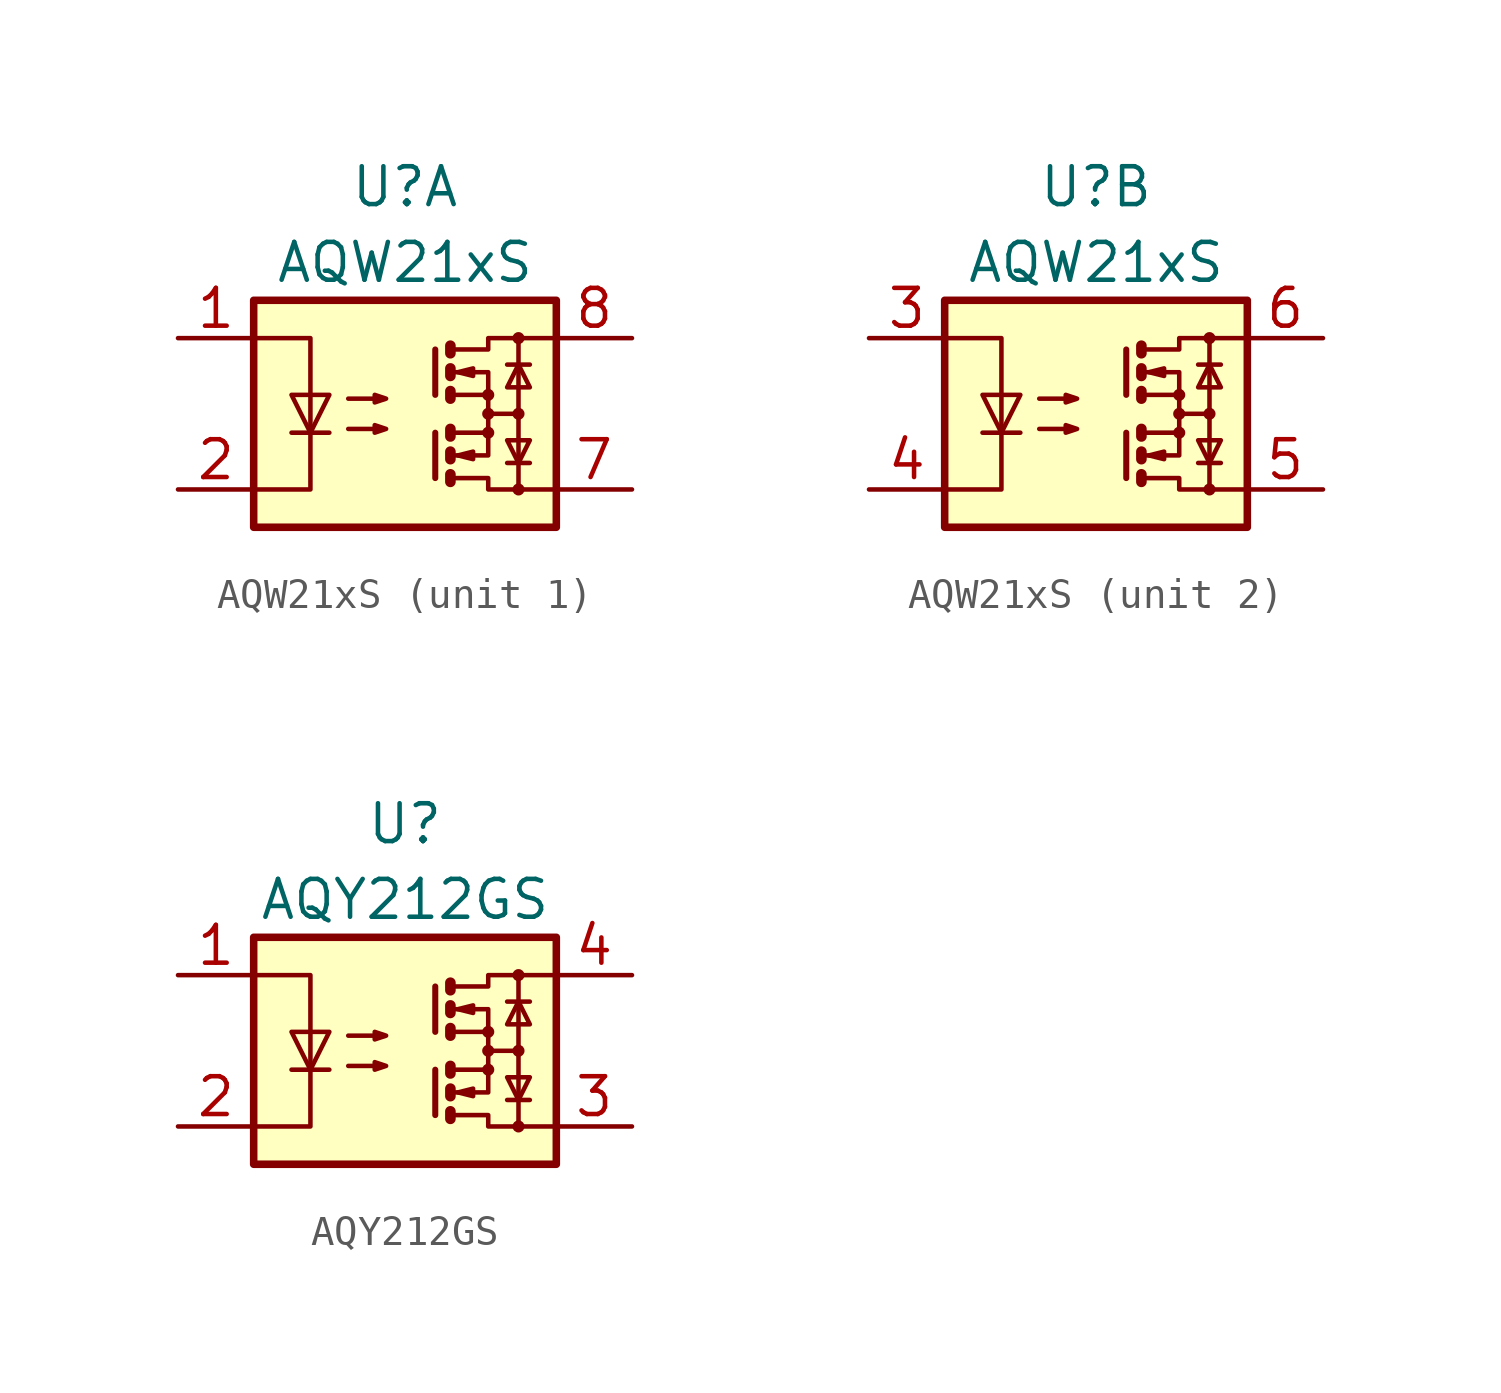
<source format=kicad_sym>
(kicad_symbol_lib
  (version 20211014)
  (generator kicad_symbol_editor)
  (symbol "AQW21xS"
    (pin_names
      (offset 1.016))
    (property "Reference" "U"
      (at 0 7.62 0)
      (effects (font (size 1.27 1.27))))
    (property "Value" "AQW21xS"
      (at 0 5.08 0)
      (effects (font (size 1.27 1.27))))
    (symbol "AQW21xS_1_1"
      (rectangle (start -5.08 3.81) (end 5.08 -3.81) (stroke (width 0.254) (type default) (color 0 0 0 0)) (fill (type background)))
      (polyline (pts (xy -3.81 -0.635) (xy -2.54 -0.635)) (stroke (width 0) (type default) (color 0 0 0 0)) (fill (type none)))
      (polyline (pts (xy 1.016 -0.635) (xy 1.016 -2.159)) (stroke (width 0.203) (type default) (color 0 0 0 0)) (fill (type none)))
      (polyline (pts (xy 1.016 2.159) (xy 1.016 0.635)) (stroke (width 0.203) (type default) (color 0 0 0 0)) (fill (type none)))
      (polyline (pts (xy 1.524 -0.508) (xy 1.524 -0.762)) (stroke (width 0.356) (type default) (color 0 0 0 0)) (fill (type none)))
      (polyline (pts (xy 2.794 0) (xy 3.81 0)) (stroke (width 0) (type default) (color 0 0 0 0)) (fill (type none)))
      (polyline (pts (xy 3.429 -1.651) (xy 4.191 -1.651)) (stroke (width 0) (type default) (color 0 0 0 0)) (fill (type none)))
      (polyline (pts (xy 3.429 1.651) (xy 4.191 1.651)) (stroke (width 0) (type default) (color 0 0 0 0)) (fill (type none)))
      (polyline (pts (xy 3.81 -2.54) (xy 3.81 2.54)) (stroke (width 0) (type default) (color 0 0 0 0)) (fill (type none)))
      (polyline (pts (xy 1.524 -2.032) (xy 1.524 -2.286) (xy 1.524 -2.286)) (stroke (width 0.356) (type default) (color 0 0 0 0)) (fill (type none)))
      (polyline (pts (xy 1.524 -1.27) (xy 1.524 -1.524) (xy 1.524 -1.524)) (stroke (width 0.356) (type default) (color 0 0 0 0)) (fill (type none)))
      (polyline (pts (xy 1.524 0.762) (xy 1.524 0.508) (xy 1.524 0.508)) (stroke (width 0.356) (type default) (color 0 0 0 0)) (fill (type none)))
      (polyline (pts (xy 1.524 1.524) (xy 1.524 1.27) (xy 1.524 1.27)) (stroke (width 0.356) (type default) (color 0 0 0 0)) (fill (type none)))
      (polyline (pts (xy 1.524 2.286) (xy 1.524 2.032) (xy 1.524 2.032)) (stroke (width 0.356) (type default) (color 0 0 0 0)) (fill (type none)))
      (polyline (pts (xy 1.651 -1.397) (xy 2.794 -1.397) (xy 2.794 -0.635)) (stroke (width 0) (type default) (color 0 0 0 0)) (fill (type none)))
      (polyline (pts (xy 1.651 1.397) (xy 2.794 1.397) (xy 2.794 0.635)) (stroke (width 0) (type default) (color 0 0 0 0)) (fill (type none)))
      (polyline (pts (xy -5.08 2.54) (xy -3.175 2.54) (xy -3.175 -2.54) (xy -5.08 -2.54)) (stroke (width 0) (type default) (color 0 0 0 0)) (fill (type none)))
      (polyline (pts (xy -3.175 -0.635) (xy -3.81 0.635) (xy -2.54 0.635) (xy -3.175 -0.635)) (stroke (width 0) (type default) (color 0 0 0 0)) (fill (type none)))
      (polyline (pts (xy 1.651 -2.159) (xy 2.794 -2.159) (xy 2.794 -2.54) (xy 5.08 -2.54)) (stroke (width 0) (type default) (color 0 0 0 0)) (fill (type none)))
      (polyline (pts (xy 1.651 -0.635) (xy 2.794 -0.635) (xy 2.794 0.635) (xy 1.651 0.635)) (stroke (width 0) (type default) (color 0 0 0 0)) (fill (type none)))
      (polyline (pts (xy 1.651 2.159) (xy 2.794 2.159) (xy 2.794 2.54) (xy 5.08 2.54)) (stroke (width 0) (type default) (color 0 0 0 0)) (fill (type none)))
      (polyline (pts (xy 1.778 -1.397) (xy 2.286 -1.27) (xy 2.286 -1.524) (xy 1.778 -1.397)) (stroke (width 0) (type default) (color 0 0 0 0)) (fill (type none)))
      (polyline (pts (xy 1.778 1.397) (xy 2.286 1.524) (xy 2.286 1.27) (xy 1.778 1.397)) (stroke (width 0) (type default) (color 0 0 0 0)) (fill (type none)))
      (polyline (pts (xy 3.81 -1.651) (xy 3.429 -0.889) (xy 4.191 -0.889) (xy 3.81 -1.651)) (stroke (width 0) (type default) (color 0 0 0 0)) (fill (type none)))
      (polyline (pts (xy 3.81 1.651) (xy 3.429 0.889) (xy 4.191 0.889) (xy 3.81 1.651)) (stroke (width 0) (type default) (color 0 0 0 0)) (fill (type none)))
      (polyline (pts (xy -1.905 -0.508) (xy -0.635 -0.508) (xy -1.016 -0.635) (xy -1.016 -0.381) (xy -0.635 -0.508)) (stroke (width 0) (type default) (color 0 0 0 0)) (fill (type none)))
      (polyline (pts (xy -1.905 0.508) (xy -0.635 0.508) (xy -1.016 0.381) (xy -1.016 0.635) (xy -0.635 0.508)) (stroke (width 0) (type default) (color 0 0 0 0)) (fill (type none)))
      (circle (center 2.794 -0.635) (radius 0.127) (stroke (width 0) (type default) (color 0 0 0 0)) (fill (type none)))
      (circle (center 2.794 0) (radius 0.127) (stroke (width 0) (type default) (color 0 0 0 0)) (fill (type none)))
      (circle (center 2.794 0.635) (radius 0.127) (stroke (width 0) (type default) (color 0 0 0 0)) (fill (type none)))
      (circle (center 3.81 -2.54) (radius 0.127) (stroke (width 0) (type default) (color 0 0 0 0)) (fill (type none)))
      (circle (center 3.81 0) (radius 0.127) (stroke (width 0) (type default) (color 0 0 0 0)) (fill (type none)))
      (circle (center 3.81 2.54) (radius 0.127) (stroke (width 0) (type default) (color 0 0 0 0)) (fill (type none)))
      (pin passive line (at -7.62 2.54 0) (length 2.54) (name "~" (effects (font (size 1.27 1.27)))) (number "1" (effects (font (size 1.27 1.27)))))
      (pin passive line (at -7.62 -2.54 0) (length 2.54) (name "~" (effects (font (size 1.27 1.27)))) (number "2" (effects (font (size 1.27 1.27)))))
      (pin passive line (at 7.62 -2.54 180) (length 2.54) (name "~" (effects (font (size 1.27 1.27)))) (number "7" (effects (font (size 1.27 1.27)))))
      (pin passive line (at 7.62 2.54 180) (length 2.54) (name "~" (effects (font (size 1.27 1.27)))) (number "8" (effects (font (size 1.27 1.27))))))
    (symbol "AQW21xS_2_1"
      (rectangle (start -5.08 3.81) (end 5.08 -3.81) (stroke (width 0.254) (type default) (color 0 0 0 0)) (fill (type background)))
      (polyline (pts (xy -3.81 -0.635) (xy -2.54 -0.635)) (stroke (width 0) (type default) (color 0 0 0 0)) (fill (type none)))
      (polyline (pts (xy 1.016 -0.635) (xy 1.016 -2.159)) (stroke (width 0.203) (type default) (color 0 0 0 0)) (fill (type none)))
      (polyline (pts (xy 1.016 2.159) (xy 1.016 0.635)) (stroke (width 0.203) (type default) (color 0 0 0 0)) (fill (type none)))
      (polyline (pts (xy 1.524 -0.508) (xy 1.524 -0.762)) (stroke (width 0.356) (type default) (color 0 0 0 0)) (fill (type none)))
      (polyline (pts (xy 2.794 0) (xy 3.81 0)) (stroke (width 0) (type default) (color 0 0 0 0)) (fill (type none)))
      (polyline (pts (xy 3.429 -1.651) (xy 4.191 -1.651)) (stroke (width 0) (type default) (color 0 0 0 0)) (fill (type none)))
      (polyline (pts (xy 3.429 1.651) (xy 4.191 1.651)) (stroke (width 0) (type default) (color 0 0 0 0)) (fill (type none)))
      (polyline (pts (xy 3.81 -2.54) (xy 3.81 2.54)) (stroke (width 0) (type default) (color 0 0 0 0)) (fill (type none)))
      (polyline (pts (xy 1.524 -2.032) (xy 1.524 -2.286) (xy 1.524 -2.286)) (stroke (width 0.356) (type default) (color 0 0 0 0)) (fill (type none)))
      (polyline (pts (xy 1.524 -1.27) (xy 1.524 -1.524) (xy 1.524 -1.524)) (stroke (width 0.356) (type default) (color 0 0 0 0)) (fill (type none)))
      (polyline (pts (xy 1.524 0.762) (xy 1.524 0.508) (xy 1.524 0.508)) (stroke (width 0.356) (type default) (color 0 0 0 0)) (fill (type none)))
      (polyline (pts (xy 1.524 1.524) (xy 1.524 1.27) (xy 1.524 1.27)) (stroke (width 0.356) (type default) (color 0 0 0 0)) (fill (type none)))
      (polyline (pts (xy 1.524 2.286) (xy 1.524 2.032) (xy 1.524 2.032)) (stroke (width 0.356) (type default) (color 0 0 0 0)) (fill (type none)))
      (polyline (pts (xy 1.651 -1.397) (xy 2.794 -1.397) (xy 2.794 -0.635)) (stroke (width 0) (type default) (color 0 0 0 0)) (fill (type none)))
      (polyline (pts (xy 1.651 1.397) (xy 2.794 1.397) (xy 2.794 0.635)) (stroke (width 0) (type default) (color 0 0 0 0)) (fill (type none)))
      (polyline (pts (xy -5.08 2.54) (xy -3.175 2.54) (xy -3.175 -2.54) (xy -5.08 -2.54)) (stroke (width 0) (type default) (color 0 0 0 0)) (fill (type none)))
      (polyline (pts (xy -3.175 -0.635) (xy -3.81 0.635) (xy -2.54 0.635) (xy -3.175 -0.635)) (stroke (width 0) (type default) (color 0 0 0 0)) (fill (type none)))
      (polyline (pts (xy 1.651 -2.159) (xy 2.794 -2.159) (xy 2.794 -2.54) (xy 5.08 -2.54)) (stroke (width 0) (type default) (color 0 0 0 0)) (fill (type none)))
      (polyline (pts (xy 1.651 -0.635) (xy 2.794 -0.635) (xy 2.794 0.635) (xy 1.651 0.635)) (stroke (width 0) (type default) (color 0 0 0 0)) (fill (type none)))
      (polyline (pts (xy 1.651 2.159) (xy 2.794 2.159) (xy 2.794 2.54) (xy 5.08 2.54)) (stroke (width 0) (type default) (color 0 0 0 0)) (fill (type none)))
      (polyline (pts (xy 1.778 -1.397) (xy 2.286 -1.27) (xy 2.286 -1.524) (xy 1.778 -1.397)) (stroke (width 0) (type default) (color 0 0 0 0)) (fill (type none)))
      (polyline (pts (xy 1.778 1.397) (xy 2.286 1.524) (xy 2.286 1.27) (xy 1.778 1.397)) (stroke (width 0) (type default) (color 0 0 0 0)) (fill (type none)))
      (polyline (pts (xy 3.81 -1.651) (xy 3.429 -0.889) (xy 4.191 -0.889) (xy 3.81 -1.651)) (stroke (width 0) (type default) (color 0 0 0 0)) (fill (type none)))
      (polyline (pts (xy 3.81 1.651) (xy 3.429 0.889) (xy 4.191 0.889) (xy 3.81 1.651)) (stroke (width 0) (type default) (color 0 0 0 0)) (fill (type none)))
      (polyline (pts (xy -1.905 -0.508) (xy -0.635 -0.508) (xy -1.016 -0.635) (xy -1.016 -0.381) (xy -0.635 -0.508)) (stroke (width 0) (type default) (color 0 0 0 0)) (fill (type none)))
      (polyline (pts (xy -1.905 0.508) (xy -0.635 0.508) (xy -1.016 0.381) (xy -1.016 0.635) (xy -0.635 0.508)) (stroke (width 0) (type default) (color 0 0 0 0)) (fill (type none)))
      (circle (center 2.794 -0.635) (radius 0.127) (stroke (width 0) (type default) (color 0 0 0 0)) (fill (type none)))
      (circle (center 2.794 0) (radius 0.127) (stroke (width 0) (type default) (color 0 0 0 0)) (fill (type none)))
      (circle (center 2.794 0.635) (radius 0.127) (stroke (width 0) (type default) (color 0 0 0 0)) (fill (type none)))
      (circle (center 3.81 -2.54) (radius 0.127) (stroke (width 0) (type default) (color 0 0 0 0)) (fill (type none)))
      (circle (center 3.81 0) (radius 0.127) (stroke (width 0) (type default) (color 0 0 0 0)) (fill (type none)))
      (circle (center 3.81 2.54) (radius 0.127) (stroke (width 0) (type default) (color 0 0 0 0)) (fill (type none)))
      (pin passive line (at -7.62 2.54 0) (length 2.54) (name "~" (effects (font (size 1.27 1.27)))) (number "3" (effects (font (size 1.27 1.27)))))
      (pin passive line (at -7.62 -2.54 0) (length 2.54) (name "~" (effects (font (size 1.27 1.27)))) (number "4" (effects (font (size 1.27 1.27)))))
      (pin passive line (at 7.62 -2.54 180) (length 2.54) (name "~" (effects (font (size 1.27 1.27)))) (number "5" (effects (font (size 1.27 1.27)))))
      (pin passive line (at 7.62 2.54 180) (length 2.54) (name "~" (effects (font (size 1.27 1.27)))) (number "6" (effects (font (size 1.27 1.27)))))))
  (symbol "AQY212GS"
    (pin_names
      (offset 1.016))
    (property "Reference" "U"
      (at 0 7.62 0)
      (effects (font (size 1.27 1.27))))
    (property "Value" "AQY212GS"
      (at 0 5.08 0)
      (effects (font (size 1.27 1.27))))
    (symbol "AQY212GS_1_1"
      (rectangle (start -5.08 3.81) (end 5.08 -3.81) (stroke (width 0.254) (type default) (color 0 0 0 0)) (fill (type background)))
      (polyline (pts (xy -3.81 -0.635) (xy -2.54 -0.635)) (stroke (width 0) (type default) (color 0 0 0 0)) (fill (type none)))
      (polyline (pts (xy 1.016 -0.635) (xy 1.016 -2.159)) (stroke (width 0.203) (type default) (color 0 0 0 0)) (fill (type none)))
      (polyline (pts (xy 1.016 2.159) (xy 1.016 0.635)) (stroke (width 0.203) (type default) (color 0 0 0 0)) (fill (type none)))
      (polyline (pts (xy 1.524 -0.508) (xy 1.524 -0.762)) (stroke (width 0.356) (type default) (color 0 0 0 0)) (fill (type none)))
      (polyline (pts (xy 2.794 0) (xy 3.81 0)) (stroke (width 0) (type default) (color 0 0 0 0)) (fill (type none)))
      (polyline (pts (xy 3.429 -1.651) (xy 4.191 -1.651)) (stroke (width 0) (type default) (color 0 0 0 0)) (fill (type none)))
      (polyline (pts (xy 3.429 1.651) (xy 4.191 1.651)) (stroke (width 0) (type default) (color 0 0 0 0)) (fill (type none)))
      (polyline (pts (xy 3.81 -2.54) (xy 3.81 2.54)) (stroke (width 0) (type default) (color 0 0 0 0)) (fill (type none)))
      (polyline (pts (xy 1.524 -2.032) (xy 1.524 -2.286) (xy 1.524 -2.286)) (stroke (width 0.356) (type default) (color 0 0 0 0)) (fill (type none)))
      (polyline (pts (xy 1.524 -1.27) (xy 1.524 -1.524) (xy 1.524 -1.524)) (stroke (width 0.356) (type default) (color 0 0 0 0)) (fill (type none)))
      (polyline (pts (xy 1.524 0.762) (xy 1.524 0.508) (xy 1.524 0.508)) (stroke (width 0.356) (type default) (color 0 0 0 0)) (fill (type none)))
      (polyline (pts (xy 1.524 1.524) (xy 1.524 1.27) (xy 1.524 1.27)) (stroke (width 0.356) (type default) (color 0 0 0 0)) (fill (type none)))
      (polyline (pts (xy 1.524 2.286) (xy 1.524 2.032) (xy 1.524 2.032)) (stroke (width 0.356) (type default) (color 0 0 0 0)) (fill (type none)))
      (polyline (pts (xy 1.651 -1.397) (xy 2.794 -1.397) (xy 2.794 -0.635)) (stroke (width 0) (type default) (color 0 0 0 0)) (fill (type none)))
      (polyline (pts (xy 1.651 1.397) (xy 2.794 1.397) (xy 2.794 0.635)) (stroke (width 0) (type default) (color 0 0 0 0)) (fill (type none)))
      (polyline (pts (xy -5.08 2.54) (xy -3.175 2.54) (xy -3.175 -2.54) (xy -5.08 -2.54)) (stroke (width 0) (type default) (color 0 0 0 0)) (fill (type none)))
      (polyline (pts (xy -3.175 -0.635) (xy -3.81 0.635) (xy -2.54 0.635) (xy -3.175 -0.635)) (stroke (width 0) (type default) (color 0 0 0 0)) (fill (type none)))
      (polyline (pts (xy 1.651 -2.159) (xy 2.794 -2.159) (xy 2.794 -2.54) (xy 5.08 -2.54)) (stroke (width 0) (type default) (color 0 0 0 0)) (fill (type none)))
      (polyline (pts (xy 1.651 -0.635) (xy 2.794 -0.635) (xy 2.794 0.635) (xy 1.651 0.635)) (stroke (width 0) (type default) (color 0 0 0 0)) (fill (type none)))
      (polyline (pts (xy 1.651 2.159) (xy 2.794 2.159) (xy 2.794 2.54) (xy 5.08 2.54)) (stroke (width 0) (type default) (color 0 0 0 0)) (fill (type none)))
      (polyline (pts (xy 1.778 -1.397) (xy 2.286 -1.27) (xy 2.286 -1.524) (xy 1.778 -1.397)) (stroke (width 0) (type default) (color 0 0 0 0)) (fill (type none)))
      (polyline (pts (xy 1.778 1.397) (xy 2.286 1.524) (xy 2.286 1.27) (xy 1.778 1.397)) (stroke (width 0) (type default) (color 0 0 0 0)) (fill (type none)))
      (polyline (pts (xy 3.81 -1.651) (xy 3.429 -0.889) (xy 4.191 -0.889) (xy 3.81 -1.651)) (stroke (width 0) (type default) (color 0 0 0 0)) (fill (type none)))
      (polyline (pts (xy 3.81 1.651) (xy 3.429 0.889) (xy 4.191 0.889) (xy 3.81 1.651)) (stroke (width 0) (type default) (color 0 0 0 0)) (fill (type none)))
      (polyline (pts (xy -1.905 -0.508) (xy -0.635 -0.508) (xy -1.016 -0.635) (xy -1.016 -0.381) (xy -0.635 -0.508)) (stroke (width 0) (type default) (color 0 0 0 0)) (fill (type none)))
      (polyline (pts (xy -1.905 0.508) (xy -0.635 0.508) (xy -1.016 0.381) (xy -1.016 0.635) (xy -0.635 0.508)) (stroke (width 0) (type default) (color 0 0 0 0)) (fill (type none)))
      (circle (center 2.794 -0.635) (radius 0.127) (stroke (width 0) (type default) (color 0 0 0 0)) (fill (type none)))
      (circle (center 2.794 0) (radius 0.127) (stroke (width 0) (type default) (color 0 0 0 0)) (fill (type none)))
      (circle (center 2.794 0.635) (radius 0.127) (stroke (width 0) (type default) (color 0 0 0 0)) (fill (type none)))
      (circle (center 3.81 -2.54) (radius 0.127) (stroke (width 0) (type default) (color 0 0 0 0)) (fill (type none)))
      (circle (center 3.81 0) (radius 0.127) (stroke (width 0) (type default) (color 0 0 0 0)) (fill (type none)))
      (circle (center 3.81 2.54) (radius 0.127) (stroke (width 0) (type default) (color 0 0 0 0)) (fill (type none)))
      (pin passive line (at -7.62 2.54 0) (length 2.54) (name "~" (effects (font (size 1.27 1.27)))) (number "1" (effects (font (size 1.27 1.27)))))
      (pin passive line (at -7.62 -2.54 0) (length 2.54) (name "~" (effects (font (size 1.27 1.27)))) (number "2" (effects (font (size 1.27 1.27)))))
      (pin passive line (at 7.62 -2.54 180) (length 2.54) (name "~" (effects (font (size 1.27 1.27)))) (number "3" (effects (font (size 1.27 1.27)))))
      (pin passive line (at 7.62 2.54 180) (length 2.54) (name "~" (effects (font (size 1.27 1.27)))) (number "4" (effects (font (size 1.27 1.27))))))))
</source>
